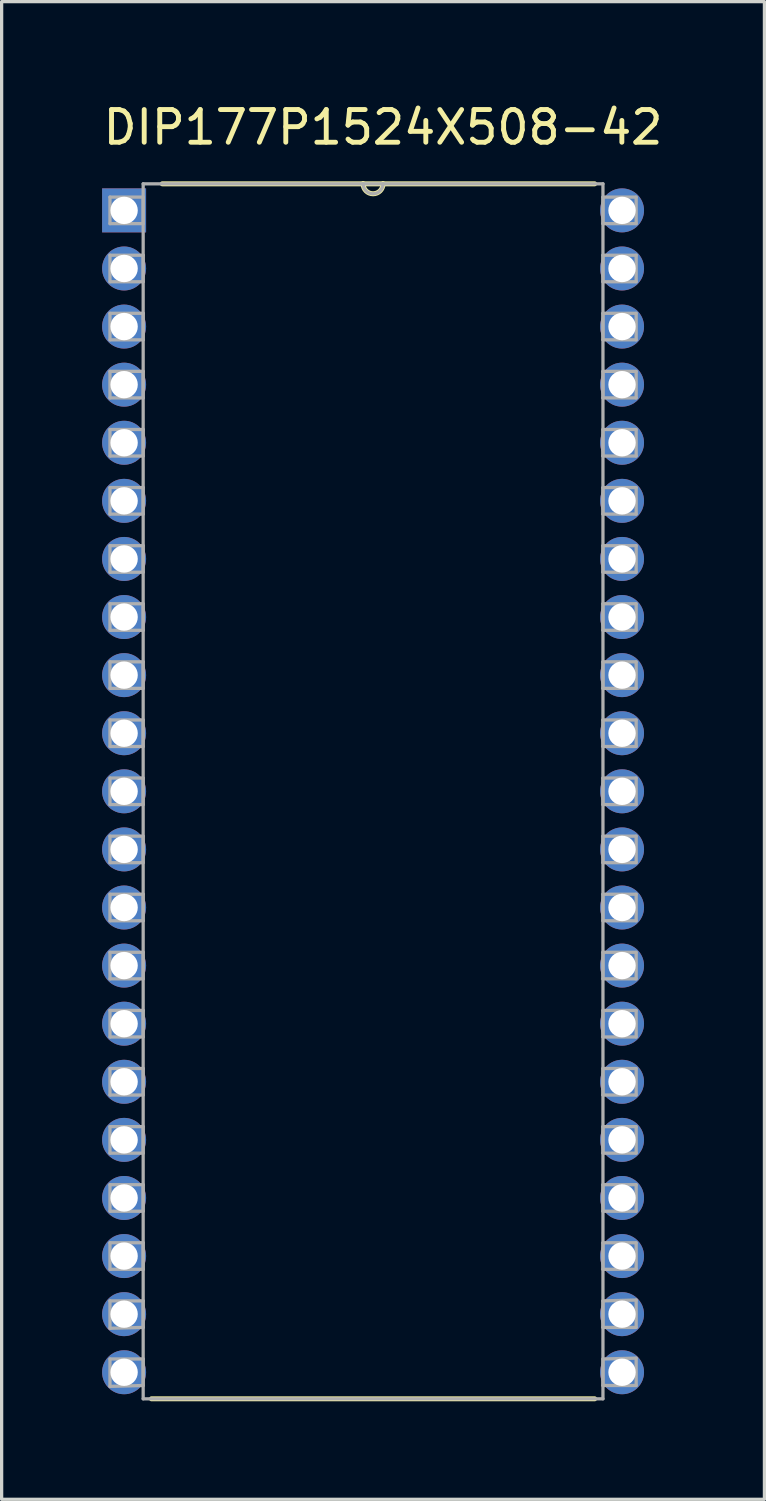
<source format=kicad_pcb>
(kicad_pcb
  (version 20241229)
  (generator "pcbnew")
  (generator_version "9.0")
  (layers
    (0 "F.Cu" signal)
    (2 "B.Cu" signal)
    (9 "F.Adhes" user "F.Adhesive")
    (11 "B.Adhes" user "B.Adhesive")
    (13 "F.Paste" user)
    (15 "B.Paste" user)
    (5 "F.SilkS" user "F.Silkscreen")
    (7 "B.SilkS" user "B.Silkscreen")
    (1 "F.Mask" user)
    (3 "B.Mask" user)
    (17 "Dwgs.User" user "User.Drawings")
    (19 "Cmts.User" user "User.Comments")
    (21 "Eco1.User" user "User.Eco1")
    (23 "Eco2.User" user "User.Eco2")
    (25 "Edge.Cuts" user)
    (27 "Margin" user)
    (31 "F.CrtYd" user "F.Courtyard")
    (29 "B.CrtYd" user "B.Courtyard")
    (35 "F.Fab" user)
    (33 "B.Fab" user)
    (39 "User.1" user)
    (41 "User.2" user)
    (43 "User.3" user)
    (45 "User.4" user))
  (footprint "DIP177P1524X508-42"
    (layer "F.Cu")
    (at 15.988 38.949)
    (property "Reference" "DIP177P1524X508-42" (at -7.315 -38.101 0) (layer "F.SilkS") (effects (font (size 1 1) (thickness 0.15))))
    (attr through_hole)
    (fp_line (start -14.402 0.813) (end -0.838 0.813) (stroke (width 0.152) (type solid)) (layer "F.SilkS"))
    (fp_line (start -7.925 -36.373) (end -14.072 -36.373) (stroke (width 0.152) (type solid)) (layer "F.SilkS"))
    (fp_line (start -7.315 -36.373) (end -7.925 -36.373) (stroke (width 0.152) (type solid)) (layer "F.SilkS"))
    (fp_line (start -0.838 -36.373) (end -7.315 -36.373) (stroke (width 0.152) (type solid)) (layer "F.SilkS"))
    (fp_arc (start -7.3152 -36.3728) (mid -7.62 -36.068) (end -7.9248 -36.3728) (stroke (width 0.1524) (type solid)) (layer "F.SilkS"))
    (fp_line (start -15.672 -35.966) (end -15.672 -35.154) (stroke (width 0.1) (type solid)) (layer "F.Fab"))
    (fp_line (start -15.672 -35.154) (end -14.656 -35.154) (stroke (width 0.1) (type solid)) (layer "F.Fab"))
    (fp_line (start -15.672 -34.188) (end -15.672 -33.376) (stroke (width 0.1) (type solid)) (layer "F.Fab"))
    (fp_line (start -15.672 -33.376) (end -14.656 -33.376) (stroke (width 0.1) (type solid)) (layer "F.Fab"))
    (fp_line (start -15.672 -32.41) (end -15.672 -31.598) (stroke (width 0.1) (type solid)) (layer "F.Fab"))
    (fp_line (start -15.672 -31.598) (end -14.656 -31.598) (stroke (width 0.1) (type solid)) (layer "F.Fab"))
    (fp_line (start -15.672 -30.632) (end -15.672 -29.82) (stroke (width 0.1) (type solid)) (layer "F.Fab"))
    (fp_line (start -15.672 -29.82) (end -14.656 -29.82) (stroke (width 0.1) (type solid)) (layer "F.Fab"))
    (fp_line (start -15.672 -28.854) (end -15.672 -28.042) (stroke (width 0.1) (type solid)) (layer "F.Fab"))
    (fp_line (start -15.672 -28.042) (end -14.656 -28.042) (stroke (width 0.1) (type solid)) (layer "F.Fab"))
    (fp_line (start -15.672 -27.076) (end -15.672 -26.264) (stroke (width 0.1) (type solid)) (layer "F.Fab"))
    (fp_line (start -15.672 -26.264) (end -14.656 -26.264) (stroke (width 0.1) (type solid)) (layer "F.Fab"))
    (fp_line (start -15.672 -25.298) (end -15.672 -24.486) (stroke (width 0.1) (type solid)) (layer "F.Fab"))
    (fp_line (start -15.672 -24.486) (end -14.656 -24.486) (stroke (width 0.1) (type solid)) (layer "F.Fab"))
    (fp_line (start -15.672 -23.52) (end -15.672 -22.708) (stroke (width 0.1) (type solid)) (layer "F.Fab"))
    (fp_line (start -15.672 -22.708) (end -14.656 -22.708) (stroke (width 0.1) (type solid)) (layer "F.Fab"))
    (fp_line (start -15.672 -21.742) (end -15.672 -20.93) (stroke (width 0.1) (type solid)) (layer "F.Fab"))
    (fp_line (start -15.672 -20.93) (end -14.656 -20.93) (stroke (width 0.1) (type solid)) (layer "F.Fab"))
    (fp_line (start -15.672 -19.964) (end -15.672 -19.152) (stroke (width 0.1) (type solid)) (layer "F.Fab"))
    (fp_line (start -15.672 -19.152) (end -14.656 -19.152) (stroke (width 0.1) (type solid)) (layer "F.Fab"))
    (fp_line (start -15.672 -18.186) (end -15.672 -17.374) (stroke (width 0.1) (type solid)) (layer "F.Fab"))
    (fp_line (start -15.672 -17.374) (end -14.656 -17.374) (stroke (width 0.1) (type solid)) (layer "F.Fab"))
    (fp_line (start -15.672 -16.408) (end -15.672 -15.596) (stroke (width 0.1) (type solid)) (layer "F.Fab"))
    (fp_line (start -15.672 -15.596) (end -14.656 -15.596) (stroke (width 0.1) (type solid)) (layer "F.Fab"))
    (fp_line (start -15.672 -14.63) (end -15.672 -13.818) (stroke (width 0.1) (type solid)) (layer "F.Fab"))
    (fp_line (start -15.672 -13.818) (end -14.656 -13.818) (stroke (width 0.1) (type solid)) (layer "F.Fab"))
    (fp_line (start -15.672 -12.852) (end -15.672 -12.04) (stroke (width 0.1) (type solid)) (layer "F.Fab"))
    (fp_line (start -15.672 -12.04) (end -14.656 -12.04) (stroke (width 0.1) (type solid)) (layer "F.Fab"))
    (fp_line (start -15.672 -11.074) (end -15.672 -10.262) (stroke (width 0.1) (type solid)) (layer "F.Fab"))
    (fp_line (start -15.672 -10.262) (end -14.656 -10.262) (stroke (width 0.1) (type solid)) (layer "F.Fab"))
    (fp_line (start -15.672 -9.296) (end -15.672 -8.484) (stroke (width 0.1) (type solid)) (layer "F.Fab"))
    (fp_line (start -15.672 -8.484) (end -14.656 -8.484) (stroke (width 0.1) (type solid)) (layer "F.Fab"))
    (fp_line (start -15.672 -7.518) (end -15.672 -6.706) (stroke (width 0.1) (type solid)) (layer "F.Fab"))
    (fp_line (start -15.672 -6.706) (end -14.656 -6.706) (stroke (width 0.1) (type solid)) (layer "F.Fab"))
    (fp_line (start -15.672 -5.74) (end -15.672 -4.928) (stroke (width 0.1) (type solid)) (layer "F.Fab"))
    (fp_line (start -15.672 -4.928) (end -14.656 -4.928) (stroke (width 0.1) (type solid)) (layer "F.Fab"))
    (fp_line (start -15.672 -3.962) (end -15.672 -3.15) (stroke (width 0.1) (type solid)) (layer "F.Fab"))
    (fp_line (start -15.672 -3.15) (end -14.656 -3.15) (stroke (width 0.1) (type solid)) (layer "F.Fab"))
    (fp_line (start -15.672 -2.184) (end -15.672 -1.346) (stroke (width 0.1) (type solid)) (layer "F.Fab"))
    (fp_line (start -15.672 -1.346) (end -14.656 -1.372) (stroke (width 0.1) (type solid)) (layer "F.Fab"))
    (fp_line (start -15.672 -0.406) (end -15.672 0.432) (stroke (width 0.1) (type solid)) (layer "F.Fab"))
    (fp_line (start -15.672 0.432) (end -14.656 0.406) (stroke (width 0.1) (type solid)) (layer "F.Fab"))
    (fp_line (start -14.656 -36.373) (end -14.656 0.813) (stroke (width 0.1) (type solid)) (layer "F.Fab"))
    (fp_line (start -14.656 -35.966) (end -15.672 -35.966) (stroke (width 0.1) (type solid)) (layer "F.Fab"))
    (fp_line (start -14.656 -35.154) (end -14.656 -35.966) (stroke (width 0.1) (type solid)) (layer "F.Fab"))
    (fp_line (start -14.656 -34.188) (end -15.672 -34.188) (stroke (width 0.1) (type solid)) (layer "F.Fab"))
    (fp_line (start -14.656 -33.376) (end -14.656 -34.188) (stroke (width 0.1) (type solid)) (layer "F.Fab"))
    (fp_line (start -14.656 -32.41) (end -15.672 -32.41) (stroke (width 0.1) (type solid)) (layer "F.Fab"))
    (fp_line (start -14.656 -31.598) (end -14.656 -32.41) (stroke (width 0.1) (type solid)) (layer "F.Fab"))
    (fp_line (start -14.656 -30.632) (end -15.672 -30.632) (stroke (width 0.1) (type solid)) (layer "F.Fab"))
    (fp_line (start -14.656 -29.82) (end -14.656 -30.632) (stroke (width 0.1) (type solid)) (layer "F.Fab"))
    (fp_line (start -14.656 -28.854) (end -15.672 -28.854) (stroke (width 0.1) (type solid)) (layer "F.Fab"))
    (fp_line (start -14.656 -28.042) (end -14.656 -28.854) (stroke (width 0.1) (type solid)) (layer "F.Fab"))
    (fp_line (start -14.656 -27.076) (end -15.672 -27.076) (stroke (width 0.1) (type solid)) (layer "F.Fab"))
    (fp_line (start -14.656 -26.264) (end -14.656 -27.076) (stroke (width 0.1) (type solid)) (layer "F.Fab"))
    (fp_line (start -14.656 -25.298) (end -15.672 -25.298) (stroke (width 0.1) (type solid)) (layer "F.Fab"))
    (fp_line (start -14.656 -24.486) (end -14.656 -25.298) (stroke (width 0.1) (type solid)) (layer "F.Fab"))
    (fp_line (start -14.656 -23.52) (end -15.672 -23.52) (stroke (width 0.1) (type solid)) (layer "F.Fab"))
    (fp_line (start -14.656 -22.708) (end -14.656 -23.52) (stroke (width 0.1) (type solid)) (layer "F.Fab"))
    (fp_line (start -14.656 -21.742) (end -15.672 -21.742) (stroke (width 0.1) (type solid)) (layer "F.Fab"))
    (fp_line (start -14.656 -20.93) (end -14.656 -21.742) (stroke (width 0.1) (type solid)) (layer "F.Fab"))
    (fp_line (start -14.656 -19.964) (end -15.672 -19.964) (stroke (width 0.1) (type solid)) (layer "F.Fab"))
    (fp_line (start -14.656 -19.152) (end -14.656 -19.964) (stroke (width 0.1) (type solid)) (layer "F.Fab"))
    (fp_line (start -14.656 -18.186) (end -15.672 -18.186) (stroke (width 0.1) (type solid)) (layer "F.Fab"))
    (fp_line (start -14.656 -17.374) (end -14.656 -18.186) (stroke (width 0.1) (type solid)) (layer "F.Fab"))
    (fp_line (start -14.656 -16.408) (end -15.672 -16.408) (stroke (width 0.1) (type solid)) (layer "F.Fab"))
    (fp_line (start -14.656 -15.596) (end -14.656 -16.408) (stroke (width 0.1) (type solid)) (layer "F.Fab"))
    (fp_line (start -14.656 -14.63) (end -15.672 -14.63) (stroke (width 0.1) (type solid)) (layer "F.Fab"))
    (fp_line (start -14.656 -13.818) (end -14.656 -14.63) (stroke (width 0.1) (type solid)) (layer "F.Fab"))
    (fp_line (start -14.656 -12.852) (end -15.672 -12.852) (stroke (width 0.1) (type solid)) (layer "F.Fab"))
    (fp_line (start -14.656 -12.04) (end -14.656 -12.852) (stroke (width 0.1) (type solid)) (layer "F.Fab"))
    (fp_line (start -14.656 -11.074) (end -15.672 -11.074) (stroke (width 0.1) (type solid)) (layer "F.Fab"))
    (fp_line (start -14.656 -10.262) (end -14.656 -11.074) (stroke (width 0.1) (type solid)) (layer "F.Fab"))
    (fp_line (start -14.656 -9.296) (end -15.672 -9.296) (stroke (width 0.1) (type solid)) (layer "F.Fab"))
    (fp_line (start -14.656 -8.484) (end -14.656 -9.296) (stroke (width 0.1) (type solid)) (layer "F.Fab"))
    (fp_line (start -14.656 -7.518) (end -15.672 -7.518) (stroke (width 0.1) (type solid)) (layer "F.Fab"))
    (fp_line (start -14.656 -6.706) (end -14.656 -7.518) (stroke (width 0.1) (type solid)) (layer "F.Fab"))
    (fp_line (start -14.656 -5.74) (end -15.672 -5.74) (stroke (width 0.1) (type solid)) (layer "F.Fab"))
    (fp_line (start -14.656 -4.928) (end -14.656 -5.74) (stroke (width 0.1) (type solid)) (layer "F.Fab"))
    (fp_line (start -14.656 -3.962) (end -15.672 -3.962) (stroke (width 0.1) (type solid)) (layer "F.Fab"))
    (fp_line (start -14.656 -3.15) (end -14.656 -3.962) (stroke (width 0.1) (type solid)) (layer "F.Fab"))
    (fp_line (start -14.656 -2.184) (end -15.672 -2.184) (stroke (width 0.1) (type solid)) (layer "F.Fab"))
    (fp_line (start -14.656 -1.372) (end -14.656 -2.184) (stroke (width 0.1) (type solid)) (layer "F.Fab"))
    (fp_line (start -14.656 -0.406) (end -15.672 -0.406) (stroke (width 0.1) (type solid)) (layer "F.Fab"))
    (fp_line (start -14.656 0.406) (end -14.656 -0.406) (stroke (width 0.1) (type solid)) (layer "F.Fab"))
    (fp_line (start -14.656 0.813) (end -0.584 0.813) (stroke (width 0.1) (type solid)) (layer "F.Fab"))
    (fp_line (start -7.925 -36.373) (end -14.656 -36.373) (stroke (width 0.1) (type solid)) (layer "F.Fab"))
    (fp_line (start -7.315 -36.373) (end -7.925 -36.373) (stroke (width 0.1) (type solid)) (layer "F.Fab"))
    (fp_line (start -0.584 -36.373) (end -7.315 -36.373) (stroke (width 0.1) (type solid)) (layer "F.Fab"))
    (fp_line (start -0.584 -35.966) (end -0.584 -35.154) (stroke (width 0.1) (type solid)) (layer "F.Fab"))
    (fp_line (start -0.584 -35.154) (end 0.432 -35.154) (stroke (width 0.1) (type solid)) (layer "F.Fab"))
    (fp_line (start -0.584 -34.188) (end -0.584 -33.376) (stroke (width 0.1) (type solid)) (layer "F.Fab"))
    (fp_line (start -0.584 -33.376) (end 0.432 -33.376) (stroke (width 0.1) (type solid)) (layer "F.Fab"))
    (fp_line (start -0.584 -32.41) (end -0.584 -31.598) (stroke (width 0.1) (type solid)) (layer "F.Fab"))
    (fp_line (start -0.584 -31.598) (end 0.432 -31.598) (stroke (width 0.1) (type solid)) (layer "F.Fab"))
    (fp_line (start -0.584 -30.632) (end -0.584 -29.82) (stroke (width 0.1) (type solid)) (layer "F.Fab"))
    (fp_line (start -0.584 -29.82) (end 0.432 -29.82) (stroke (width 0.1) (type solid)) (layer "F.Fab"))
    (fp_line (start -0.584 -28.854) (end -0.584 -28.042) (stroke (width 0.1) (type solid)) (layer "F.Fab"))
    (fp_line (start -0.584 -28.042) (end 0.432 -28.042) (stroke (width 0.1) (type solid)) (layer "F.Fab"))
    (fp_line (start -0.584 -27.076) (end -0.584 -26.264) (stroke (width 0.1) (type solid)) (layer "F.Fab"))
    (fp_line (start -0.584 -26.264) (end 0.432 -26.264) (stroke (width 0.1) (type solid)) (layer "F.Fab"))
    (fp_line (start -0.584 -25.298) (end -0.584 -24.486) (stroke (width 0.1) (type solid)) (layer "F.Fab"))
    (fp_line (start -0.584 -24.486) (end 0.432 -24.486) (stroke (width 0.1) (type solid)) (layer "F.Fab"))
    (fp_line (start -0.584 -23.52) (end -0.584 -22.708) (stroke (width 0.1) (type solid)) (layer "F.Fab"))
    (fp_line (start -0.584 -22.708) (end 0.432 -22.708) (stroke (width 0.1) (type solid)) (layer "F.Fab"))
    (fp_line (start -0.584 -21.742) (end -0.584 -20.93) (stroke (width 0.1) (type solid)) (layer "F.Fab"))
    (fp_line (start -0.584 -20.93) (end 0.432 -20.93) (stroke (width 0.1) (type solid)) (layer "F.Fab"))
    (fp_line (start -0.584 -19.964) (end -0.584 -19.152) (stroke (width 0.1) (type solid)) (layer "F.Fab"))
    (fp_line (start -0.584 -19.152) (end 0.432 -19.152) (stroke (width 0.1) (type solid)) (layer "F.Fab"))
    (fp_line (start -0.584 -18.186) (end -0.584 -17.374) (stroke (width 0.1) (type solid)) (layer "F.Fab"))
    (fp_line (start -0.584 -17.374) (end 0.432 -17.374) (stroke (width 0.1) (type solid)) (layer "F.Fab"))
    (fp_line (start -0.584 -16.408) (end -0.584 -15.596) (stroke (width 0.1) (type solid)) (layer "F.Fab"))
    (fp_line (start -0.584 -15.596) (end 0.432 -15.596) (stroke (width 0.1) (type solid)) (layer "F.Fab"))
    (fp_line (start -0.584 -14.63) (end -0.584 -13.818) (stroke (width 0.1) (type solid)) (layer "F.Fab"))
    (fp_line (start -0.584 -13.818) (end 0.432 -13.818) (stroke (width 0.1) (type solid)) (layer "F.Fab"))
    (fp_line (start -0.584 -12.852) (end -0.584 -12.04) (stroke (width 0.1) (type solid)) (layer "F.Fab"))
    (fp_line (start -0.584 -12.04) (end 0.432 -12.04) (stroke (width 0.1) (type solid)) (layer "F.Fab"))
    (fp_line (start -0.584 -11.074) (end -0.584 -10.262) (stroke (width 0.1) (type solid)) (layer "F.Fab"))
    (fp_line (start -0.584 -10.262) (end 0.432 -10.262) (stroke (width 0.1) (type solid)) (layer "F.Fab"))
    (fp_line (start -0.584 -9.296) (end -0.584 -8.484) (stroke (width 0.1) (type solid)) (layer "F.Fab"))
    (fp_line (start -0.584 -8.484) (end 0.432 -8.484) (stroke (width 0.1) (type solid)) (layer "F.Fab"))
    (fp_line (start -0.584 -7.518) (end -0.584 -6.706) (stroke (width 0.1) (type solid)) (layer "F.Fab"))
    (fp_line (start -0.584 -6.706) (end 0.432 -6.706) (stroke (width 0.1) (type solid)) (layer "F.Fab"))
    (fp_line (start -0.584 -5.74) (end -0.584 -4.928) (stroke (width 0.1) (type solid)) (layer "F.Fab"))
    (fp_line (start -0.584 -4.928) (end 0.432 -4.928) (stroke (width 0.1) (type solid)) (layer "F.Fab"))
    (fp_line (start -0.584 -3.962) (end -0.584 -3.15) (stroke (width 0.1) (type solid)) (layer "F.Fab"))
    (fp_line (start -0.584 -3.15) (end 0.432 -3.15) (stroke (width 0.1) (type solid)) (layer "F.Fab"))
    (fp_line (start -0.584 -2.184) (end -0.584 -1.372) (stroke (width 0.1) (type solid)) (layer "F.Fab"))
    (fp_line (start -0.584 -1.372) (end 0.432 -1.372) (stroke (width 0.1) (type solid)) (layer "F.Fab"))
    (fp_line (start -0.584 -0.406) (end -0.584 0.406) (stroke (width 0.1) (type solid)) (layer "F.Fab"))
    (fp_line (start -0.584 0.406) (end 0.432 0.406) (stroke (width 0.1) (type solid)) (layer "F.Fab"))
    (fp_line (start -0.584 0.813) (end -0.584 -36.373) (stroke (width 0.1) (type solid)) (layer "F.Fab"))
    (fp_line (start 0.432 -35.966) (end -0.584 -35.966) (stroke (width 0.1) (type solid)) (layer "F.Fab"))
    (fp_line (start 0.432 -35.154) (end 0.432 -35.966) (stroke (width 0.1) (type solid)) (layer "F.Fab"))
    (fp_line (start 0.432 -34.188) (end -0.584 -34.188) (stroke (width 0.1) (type solid)) (layer "F.Fab"))
    (fp_line (start 0.432 -33.376) (end 0.432 -34.188) (stroke (width 0.1) (type solid)) (layer "F.Fab"))
    (fp_line (start 0.432 -32.41) (end -0.584 -32.41) (stroke (width 0.1) (type solid)) (layer "F.Fab"))
    (fp_line (start 0.432 -31.598) (end 0.432 -32.41) (stroke (width 0.1) (type solid)) (layer "F.Fab"))
    (fp_line (start 0.432 -30.632) (end -0.584 -30.632) (stroke (width 0.1) (type solid)) (layer "F.Fab"))
    (fp_line (start 0.432 -29.82) (end 0.432 -30.632) (stroke (width 0.1) (type solid)) (layer "F.Fab"))
    (fp_line (start 0.432 -28.854) (end -0.584 -28.854) (stroke (width 0.1) (type solid)) (layer "F.Fab"))
    (fp_line (start 0.432 -28.042) (end 0.432 -28.854) (stroke (width 0.1) (type solid)) (layer "F.Fab"))
    (fp_line (start 0.432 -27.076) (end -0.584 -27.076) (stroke (width 0.1) (type solid)) (layer "F.Fab"))
    (fp_line (start 0.432 -26.264) (end 0.432 -27.076) (stroke (width 0.1) (type solid)) (layer "F.Fab"))
    (fp_line (start 0.432 -25.298) (end -0.584 -25.298) (stroke (width 0.1) (type solid)) (layer "F.Fab"))
    (fp_line (start 0.432 -24.486) (end 0.432 -25.298) (stroke (width 0.1) (type solid)) (layer "F.Fab"))
    (fp_line (start 0.432 -23.52) (end -0.584 -23.52) (stroke (width 0.1) (type solid)) (layer "F.Fab"))
    (fp_line (start 0.432 -22.708) (end 0.432 -23.52) (stroke (width 0.1) (type solid)) (layer "F.Fab"))
    (fp_line (start 0.432 -21.742) (end -0.584 -21.742) (stroke (width 0.1) (type solid)) (layer "F.Fab"))
    (fp_line (start 0.432 -20.93) (end 0.432 -21.742) (stroke (width 0.1) (type solid)) (layer "F.Fab"))
    (fp_line (start 0.432 -19.964) (end -0.584 -19.964) (stroke (width 0.1) (type solid)) (layer "F.Fab"))
    (fp_line (start 0.432 -19.152) (end 0.432 -19.964) (stroke (width 0.1) (type solid)) (layer "F.Fab"))
    (fp_line (start 0.432 -18.186) (end -0.584 -18.186) (stroke (width 0.1) (type solid)) (layer "F.Fab"))
    (fp_line (start 0.432 -17.374) (end 0.432 -18.186) (stroke (width 0.1) (type solid)) (layer "F.Fab"))
    (fp_line (start 0.432 -16.408) (end -0.584 -16.408) (stroke (width 0.1) (type solid)) (layer "F.Fab"))
    (fp_line (start 0.432 -15.596) (end 0.432 -16.408) (stroke (width 0.1) (type solid)) (layer "F.Fab"))
    (fp_line (start 0.432 -14.63) (end -0.584 -14.63) (stroke (width 0.1) (type solid)) (layer "F.Fab"))
    (fp_line (start 0.432 -13.818) (end 0.432 -14.63) (stroke (width 0.1) (type solid)) (layer "F.Fab"))
    (fp_line (start 0.432 -12.852) (end -0.584 -12.852) (stroke (width 0.1) (type solid)) (layer "F.Fab"))
    (fp_line (start 0.432 -12.04) (end 0.432 -12.852) (stroke (width 0.1) (type solid)) (layer "F.Fab"))
    (fp_line (start 0.432 -11.074) (end -0.584 -11.074) (stroke (width 0.1) (type solid)) (layer "F.Fab"))
    (fp_line (start 0.432 -10.262) (end 0.432 -11.074) (stroke (width 0.1) (type solid)) (layer "F.Fab"))
    (fp_line (start 0.432 -9.296) (end -0.584 -9.296) (stroke (width 0.1) (type solid)) (layer "F.Fab"))
    (fp_line (start 0.432 -8.484) (end 0.432 -9.296) (stroke (width 0.1) (type solid)) (layer "F.Fab"))
    (fp_line (start 0.432 -7.518) (end -0.584 -7.518) (stroke (width 0.1) (type solid)) (layer "F.Fab"))
    (fp_line (start 0.432 -6.706) (end 0.432 -7.518) (stroke (width 0.1) (type solid)) (layer "F.Fab"))
    (fp_line (start 0.432 -5.74) (end -0.584 -5.74) (stroke (width 0.1) (type solid)) (layer "F.Fab"))
    (fp_line (start 0.432 -4.928) (end 0.432 -5.74) (stroke (width 0.1) (type solid)) (layer "F.Fab"))
    (fp_line (start 0.432 -3.962) (end -0.584 -3.962) (stroke (width 0.1) (type solid)) (layer "F.Fab"))
    (fp_line (start 0.432 -3.15) (end 0.432 -3.962) (stroke (width 0.1) (type solid)) (layer "F.Fab"))
    (fp_line (start 0.432 -2.21) (end -0.584 -2.184) (stroke (width 0.1) (type solid)) (layer "F.Fab"))
    (fp_line (start 0.432 -1.372) (end 0.432 -2.21) (stroke (width 0.1) (type solid)) (layer "F.Fab"))
    (fp_line (start 0.432 -0.432) (end -0.584 -0.406) (stroke (width 0.1) (type solid)) (layer "F.Fab"))
    (fp_line (start 0.432 0.406) (end 0.432 -0.432) (stroke (width 0.1) (type solid)) (layer "F.Fab"))
    (fp_arc (start -7.3152 -36.3728) (mid -7.62 -36.068) (end -7.9248 -36.3728) (stroke (width 0.1) (type solid)) (layer "F.Fab"))
    (pad "1" thru_hole rect (at -15.24 -35.56) (size 1.346 1.346) (drill 0.838) (layers "*.Cu" "*.Mask"))
    (pad "2" thru_hole circle (at -15.24 -33.782) (size 1.346 1.346) (drill 0.838) (layers "*.Cu" "*.Mask"))
    (pad "3" thru_hole circle (at -15.24 -32.004) (size 1.346 1.346) (drill 0.838) (layers "*.Cu" "*.Mask"))
    (pad "4" thru_hole circle (at -15.24 -30.226) (size 1.346 1.346) (drill 0.838) (layers "*.Cu" "*.Mask"))
    (pad "5" thru_hole circle (at -15.24 -28.448) (size 1.346 1.346) (drill 0.838) (layers "*.Cu" "*.Mask"))
    (pad "6" thru_hole circle (at -15.24 -26.67) (size 1.346 1.346) (drill 0.838) (layers "*.Cu" "*.Mask"))
    (pad "7" thru_hole circle (at -15.24 -24.892) (size 1.346 1.346) (drill 0.838) (layers "*.Cu" "*.Mask"))
    (pad "8" thru_hole circle (at -15.24 -23.114) (size 1.346 1.346) (drill 0.838) (layers "*.Cu" "*.Mask"))
    (pad "9" thru_hole circle (at -15.24 -21.336) (size 1.346 1.346) (drill 0.838) (layers "*.Cu" "*.Mask"))
    (pad "10" thru_hole circle (at -15.24 -19.558) (size 1.346 1.346) (drill 0.838) (layers "*.Cu" "*.Mask"))
    (pad "11" thru_hole circle (at -15.24 -17.78) (size 1.346 1.346) (drill 0.838) (layers "*.Cu" "*.Mask"))
    (pad "12" thru_hole circle (at -15.24 -16.002) (size 1.346 1.346) (drill 0.838) (layers "*.Cu" "*.Mask"))
    (pad "13" thru_hole circle (at -15.24 -14.224) (size 1.346 1.346) (drill 0.838) (layers "*.Cu" "*.Mask"))
    (pad "14" thru_hole circle (at -15.24 -12.446) (size 1.346 1.346) (drill 0.838) (layers "*.Cu" "*.Mask"))
    (pad "15" thru_hole circle (at -15.24 -10.668) (size 1.346 1.346) (drill 0.838) (layers "*.Cu" "*.Mask"))
    (pad "16" thru_hole circle (at -15.24 -8.89) (size 1.346 1.346) (drill 0.838) (layers "*.Cu" "*.Mask"))
    (pad "17" thru_hole circle (at -15.24 -7.112) (size 1.346 1.346) (drill 0.838) (layers "*.Cu" "*.Mask"))
    (pad "18" thru_hole circle (at -15.24 -5.334) (size 1.346 1.346) (drill 0.838) (layers "*.Cu" "*.Mask"))
    (pad "19" thru_hole circle (at -15.24 -3.556) (size 1.346 1.346) (drill 0.838) (layers "*.Cu" "*.Mask"))
    (pad "20" thru_hole circle (at -15.24 -1.778) (size 1.346 1.346) (drill 0.838) (layers "*.Cu" "*.Mask"))
    (pad "21" thru_hole circle (at -15.24 0) (size 1.346 1.346) (drill 0.838) (layers "*.Cu" "*.Mask"))
    (pad "22" thru_hole circle (at 0 0) (size 1.346 1.346) (drill 0.838) (layers "*.Cu" "*.Mask"))
    (pad "23" thru_hole circle (at 0 -1.778) (size 1.346 1.346) (drill 0.838) (layers "*.Cu" "*.Mask"))
    (pad "24" thru_hole circle (at 0 -3.556) (size 1.346 1.346) (drill 0.838) (layers "*.Cu" "*.Mask"))
    (pad "25" thru_hole circle (at 0 -5.334) (size 1.346 1.346) (drill 0.838) (layers "*.Cu" "*.Mask"))
    (pad "26" thru_hole circle (at 0 -7.112) (size 1.346 1.346) (drill 0.838) (layers "*.Cu" "*.Mask"))
    (pad "27" thru_hole circle (at 0 -8.89) (size 1.346 1.346) (drill 0.838) (layers "*.Cu" "*.Mask"))
    (pad "28" thru_hole circle (at 0 -10.668) (size 1.346 1.346) (drill 0.838) (layers "*.Cu" "*.Mask"))
    (pad "29" thru_hole circle (at 0 -12.446) (size 1.346 1.346) (drill 0.838) (layers "*.Cu" "*.Mask"))
    (pad "30" thru_hole circle (at 0 -14.224) (size 1.346 1.346) (drill 0.838) (layers "*.Cu" "*.Mask"))
    (pad "31" thru_hole circle (at 0 -16.002) (size 1.346 1.346) (drill 0.838) (layers "*.Cu" "*.Mask"))
    (pad "32" thru_hole circle (at 0 -17.78) (size 1.346 1.346) (drill 0.838) (layers "*.Cu" "*.Mask"))
    (pad "33" thru_hole circle (at 0 -19.558) (size 1.346 1.346) (drill 0.838) (layers "*.Cu" "*.Mask"))
    (pad "34" thru_hole circle (at 0 -21.336) (size 1.346 1.346) (drill 0.838) (layers "*.Cu" "*.Mask"))
    (pad "35" thru_hole circle (at 0 -23.114) (size 1.346 1.346) (drill 0.838) (layers "*.Cu" "*.Mask"))
    (pad "36" thru_hole circle (at 0 -24.892) (size 1.346 1.346) (drill 0.838) (layers "*.Cu" "*.Mask"))
    (pad "37" thru_hole circle (at 0 -26.67) (size 1.346 1.346) (drill 0.838) (layers "*.Cu" "*.Mask"))
    (pad "38" thru_hole circle (at 0 -28.448) (size 1.346 1.346) (drill 0.838) (layers "*.Cu" "*.Mask"))
    (pad "39" thru_hole circle (at 0 -30.226) (size 1.346 1.346) (drill 0.838) (layers "*.Cu" "*.Mask"))
    (pad "40" thru_hole circle (at 0 -32.004) (size 1.346 1.346) (drill 0.838) (layers "*.Cu" "*.Mask"))
    (pad "41" thru_hole circle (at 0 -33.782) (size 1.346 1.346) (drill 0.838) (layers "*.Cu" "*.Mask"))
    (pad "42" thru_hole circle (at 0 -35.56) (size 1.346 1.346) (drill 0.838) (layers "*.Cu" "*.Mask")))
  (gr_rect
    (start -3 -3)
    (end 20.346 42.838)
    (stroke (width 0.1) (type default))
    (fill no)
    (layer "Edge.Cuts")))
</source>
